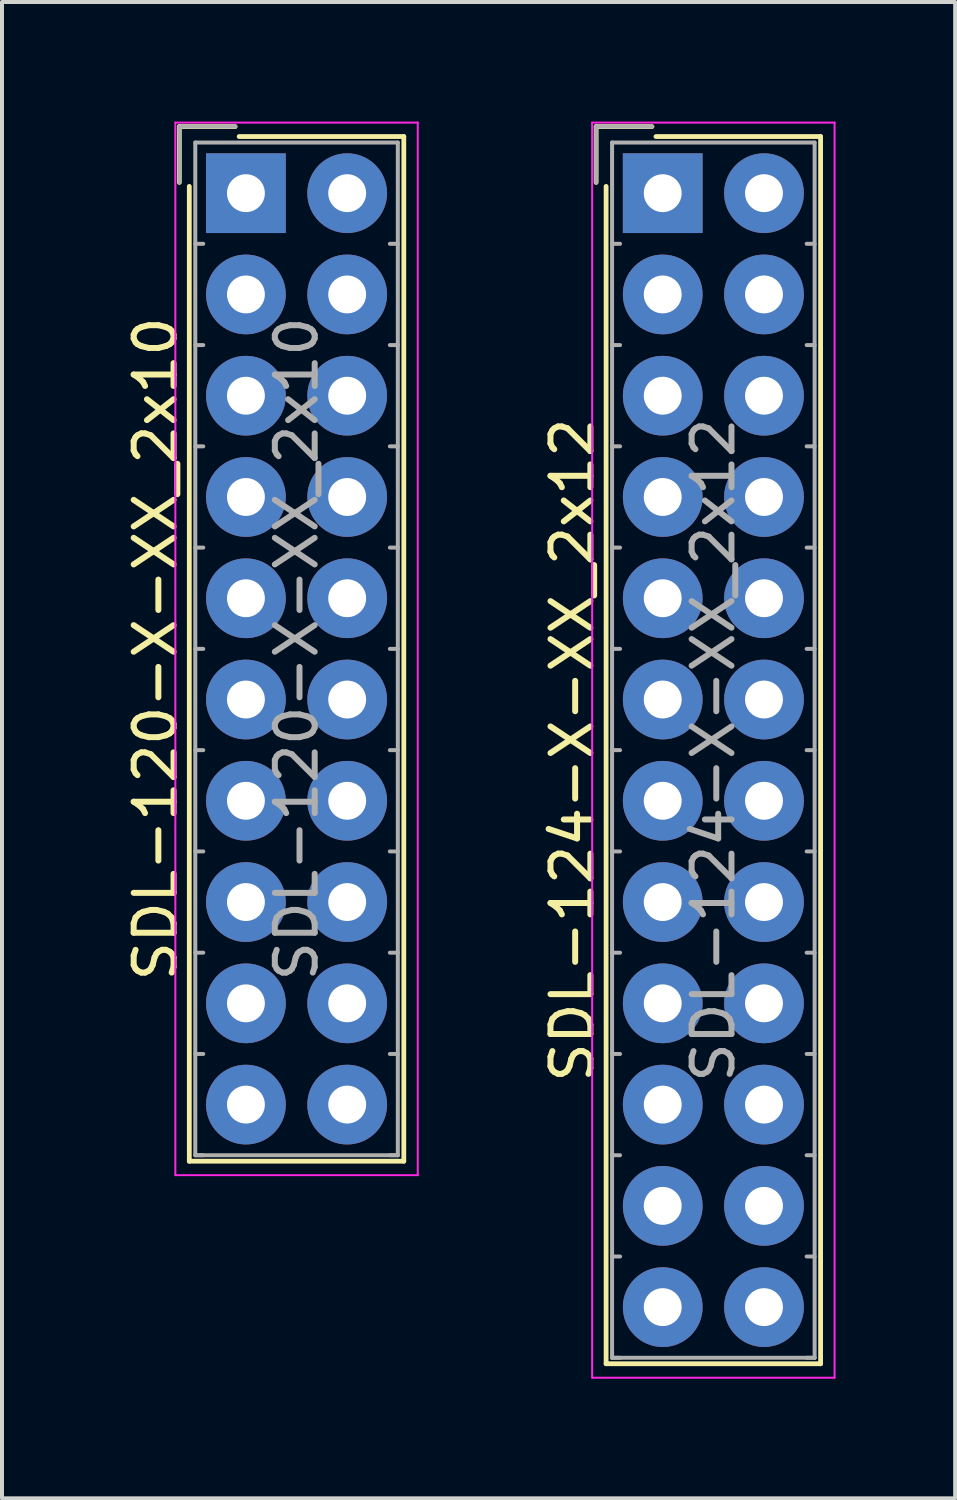
<source format=kicad_pcb>
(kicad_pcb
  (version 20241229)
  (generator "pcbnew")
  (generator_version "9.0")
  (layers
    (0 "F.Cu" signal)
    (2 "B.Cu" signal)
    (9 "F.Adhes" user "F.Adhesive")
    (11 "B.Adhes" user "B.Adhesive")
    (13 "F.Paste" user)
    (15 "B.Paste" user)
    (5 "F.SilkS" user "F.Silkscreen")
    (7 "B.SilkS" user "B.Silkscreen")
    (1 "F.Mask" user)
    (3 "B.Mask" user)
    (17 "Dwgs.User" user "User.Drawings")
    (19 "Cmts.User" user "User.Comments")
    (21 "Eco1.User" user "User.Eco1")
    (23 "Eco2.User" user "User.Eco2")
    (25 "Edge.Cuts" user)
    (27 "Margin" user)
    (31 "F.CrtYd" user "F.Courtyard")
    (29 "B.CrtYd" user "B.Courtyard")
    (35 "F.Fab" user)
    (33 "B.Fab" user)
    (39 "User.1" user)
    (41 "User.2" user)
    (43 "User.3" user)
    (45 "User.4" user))
  (footprint "SDL-120-X-XX_2x10"
    (layer "F.Cu")
    (at 3.118 1.795)
    (property "Reference" "SDL-120-X-XX_2x10" (at -2.27 11.43 90) (layer "F.SilkS") (effects (font (size 1 1) (thickness 0.15))))
    (attr through_hole)
    (fp_line (start -1.67 -1.67) (end -1.67 -0.27) (stroke (width 0.12) (type solid)) (layer "F.SilkS"))
    (fp_line (start -1.42 24.28) (end -1.42 -0.17) (stroke (width 0.12) (type solid)) (layer "F.SilkS"))
    (fp_line (start -0.27 -1.67) (end -1.67 -1.67) (stroke (width 0.12) (type solid)) (layer "F.SilkS"))
    (fp_line (start -0.17 -1.42) (end 3.96 -1.42) (stroke (width 0.12) (type solid)) (layer "F.SilkS"))
    (fp_line (start 3.96 -1.42) (end 3.96 24.28) (stroke (width 0.12) (type solid)) (layer "F.SilkS"))
    (fp_line (start 3.96 24.28) (end -1.42 24.28) (stroke (width 0.12) (type solid)) (layer "F.SilkS"))
    (fp_line (start -1.77 -1.77) (end -1.77 24.63) (stroke (width 0.05) (type solid)) (layer "F.CrtYd"))
    (fp_line (start -1.77 24.63) (end 4.31 24.63) (stroke (width 0.05) (type solid)) (layer "F.CrtYd"))
    (fp_line (start 4.31 -1.77) (end -1.77 -1.77) (stroke (width 0.05) (type solid)) (layer "F.CrtYd"))
    (fp_line (start 4.31 24.63) (end 4.31 -1.77) (stroke (width 0.05) (type solid)) (layer "F.CrtYd"))
    (fp_line (start -1.67 -1.67) (end -1.67 -0.27) (stroke (width 0.1) (type solid)) (layer "F.Fab"))
    (fp_line (start -1.27 -1.27) (end -1.27 24.13) (stroke (width 0.1) (type solid)) (layer "F.Fab"))
    (fp_line (start -1.27 1.27) (end -1.07 1.27) (stroke (width 0.1) (type solid)) (layer "F.Fab"))
    (fp_line (start -1.27 3.81) (end -1.07 3.81) (stroke (width 0.1) (type solid)) (layer "F.Fab"))
    (fp_line (start -1.27 6.35) (end -1.07 6.35) (stroke (width 0.1) (type solid)) (layer "F.Fab"))
    (fp_line (start -1.27 8.89) (end -1.07 8.89) (stroke (width 0.1) (type solid)) (layer "F.Fab"))
    (fp_line (start -1.27 11.43) (end -1.07 11.43) (stroke (width 0.1) (type solid)) (layer "F.Fab"))
    (fp_line (start -1.27 13.97) (end -1.07 13.97) (stroke (width 0.1) (type solid)) (layer "F.Fab"))
    (fp_line (start -1.27 16.51) (end -1.07 16.51) (stroke (width 0.1) (type solid)) (layer "F.Fab"))
    (fp_line (start -1.27 19.05) (end -1.07 19.05) (stroke (width 0.1) (type solid)) (layer "F.Fab"))
    (fp_line (start -1.27 21.59) (end -1.07 21.59) (stroke (width 0.1) (type solid)) (layer "F.Fab"))
    (fp_line (start -1.27 24.13) (end -1.07 24.13) (stroke (width 0.1) (type solid)) (layer "F.Fab"))
    (fp_line (start -1.27 24.13) (end 3.81 24.13) (stroke (width 0.1) (type solid)) (layer "F.Fab"))
    (fp_line (start -0.27 -1.67) (end -1.67 -1.67) (stroke (width 0.1) (type solid)) (layer "F.Fab"))
    (fp_line (start 3.81 -1.27) (end -1.27 -1.27) (stroke (width 0.1) (type solid)) (layer "F.Fab"))
    (fp_line (start 3.81 1.27) (end 3.61 1.27) (stroke (width 0.1) (type solid)) (layer "F.Fab"))
    (fp_line (start 3.81 3.81) (end 3.61 3.81) (stroke (width 0.1) (type solid)) (layer "F.Fab"))
    (fp_line (start 3.81 6.35) (end 3.61 6.35) (stroke (width 0.1) (type solid)) (layer "F.Fab"))
    (fp_line (start 3.81 8.89) (end 3.61 8.89) (stroke (width 0.1) (type solid)) (layer "F.Fab"))
    (fp_line (start 3.81 11.43) (end 3.61 11.43) (stroke (width 0.1) (type solid)) (layer "F.Fab"))
    (fp_line (start 3.81 13.97) (end 3.61 13.97) (stroke (width 0.1) (type solid)) (layer "F.Fab"))
    (fp_line (start 3.81 16.51) (end 3.61 16.51) (stroke (width 0.1) (type solid)) (layer "F.Fab"))
    (fp_line (start 3.81 19.05) (end 3.61 19.05) (stroke (width 0.1) (type solid)) (layer "F.Fab"))
    (fp_line (start 3.81 21.59) (end 3.61 21.59) (stroke (width 0.1) (type solid)) (layer "F.Fab"))
    (fp_line (start 3.81 24.13) (end 3.61 24.13) (stroke (width 0.1) (type solid)) (layer "F.Fab"))
    (fp_line (start 3.81 24.13) (end 3.81 -1.27) (stroke (width 0.1) (type solid)) (layer "F.Fab"))
    (fp_text user "${REFERENCE}" (at 1.27 11.43 90) (layer "F.Fab") (effects (font (size 1 1) (thickness 0.15))))
    (pad "1" thru_hole rect (at 0 0) (size 2 2) (drill 0.95) (layers "*.Cu" "*.Mask"))
    (pad "2" thru_hole circle (at 2.54 0) (size 2 2) (drill 0.95) (layers "*.Cu" "*.Mask"))
    (pad "3" thru_hole circle (at 0 2.54) (size 2 2) (drill 0.95) (layers "*.Cu" "*.Mask"))
    (pad "4" thru_hole circle (at 2.54 2.54) (size 2 2) (drill 0.95) (layers "*.Cu" "*.Mask"))
    (pad "5" thru_hole circle (at 0 5.08) (size 2 2) (drill 0.95) (layers "*.Cu" "*.Mask"))
    (pad "6" thru_hole circle (at 2.54 5.08) (size 2 2) (drill 0.95) (layers "*.Cu" "*.Mask"))
    (pad "7" thru_hole circle (at 0 7.62) (size 2 2) (drill 0.95) (layers "*.Cu" "*.Mask"))
    (pad "8" thru_hole circle (at 2.54 7.62) (size 2 2) (drill 0.95) (layers "*.Cu" "*.Mask"))
    (pad "9" thru_hole circle (at 0 10.16) (size 2 2) (drill 0.95) (layers "*.Cu" "*.Mask"))
    (pad "10" thru_hole circle (at 2.54 10.16) (size 2 2) (drill 0.95) (layers "*.Cu" "*.Mask"))
    (pad "11" thru_hole circle (at 0 12.7) (size 2 2) (drill 0.95) (layers "*.Cu" "*.Mask"))
    (pad "12" thru_hole circle (at 2.54 12.7) (size 2 2) (drill 0.95) (layers "*.Cu" "*.Mask"))
    (pad "13" thru_hole circle (at 0 15.24) (size 2 2) (drill 0.95) (layers "*.Cu" "*.Mask"))
    (pad "14" thru_hole circle (at 2.54 15.24) (size 2 2) (drill 0.95) (layers "*.Cu" "*.Mask"))
    (pad "15" thru_hole circle (at 0 17.78) (size 2 2) (drill 0.95) (layers "*.Cu" "*.Mask"))
    (pad "16" thru_hole circle (at 2.54 17.78) (size 2 2) (drill 0.95) (layers "*.Cu" "*.Mask"))
    (pad "17" thru_hole circle (at 0 20.32) (size 2 2) (drill 0.95) (layers "*.Cu" "*.Mask"))
    (pad "18" thru_hole circle (at 2.54 20.32) (size 2 2) (drill 0.95) (layers "*.Cu" "*.Mask"))
    (pad "19" thru_hole circle (at 0 22.86) (size 2 2) (drill 0.95) (layers "*.Cu" "*.Mask"))
    (pad "20" thru_hole circle (at 2.54 22.86) (size 2 2) (drill 0.95) (layers "*.Cu" "*.Mask")))
  (footprint "SDL-124-X-XX_2x12"
    (layer "F.Cu")
    (at 13.572 1.795)
    (property "Reference" "SDL-124-X-XX_2x12" (at -2.27 13.97 90) (layer "F.SilkS") (effects (font (size 1 1) (thickness 0.15))))
    (attr through_hole)
    (fp_line (start -1.67 -1.67) (end -1.67 -0.27) (stroke (width 0.12) (type solid)) (layer "F.SilkS"))
    (fp_line (start -1.42 29.36) (end -1.42 -0.17) (stroke (width 0.12) (type solid)) (layer "F.SilkS"))
    (fp_line (start -0.27 -1.67) (end -1.67 -1.67) (stroke (width 0.12) (type solid)) (layer "F.SilkS"))
    (fp_line (start -0.17 -1.42) (end 3.96 -1.42) (stroke (width 0.12) (type solid)) (layer "F.SilkS"))
    (fp_line (start 3.96 -1.42) (end 3.96 29.36) (stroke (width 0.12) (type solid)) (layer "F.SilkS"))
    (fp_line (start 3.96 29.36) (end -1.42 29.36) (stroke (width 0.12) (type solid)) (layer "F.SilkS"))
    (fp_line (start -1.77 -1.77) (end -1.77 29.71) (stroke (width 0.05) (type solid)) (layer "F.CrtYd"))
    (fp_line (start -1.77 29.71) (end 4.31 29.71) (stroke (width 0.05) (type solid)) (layer "F.CrtYd"))
    (fp_line (start 4.31 -1.77) (end -1.77 -1.77) (stroke (width 0.05) (type solid)) (layer "F.CrtYd"))
    (fp_line (start 4.31 29.71) (end 4.31 -1.77) (stroke (width 0.05) (type solid)) (layer "F.CrtYd"))
    (fp_line (start -1.67 -1.67) (end -1.67 -0.27) (stroke (width 0.1) (type solid)) (layer "F.Fab"))
    (fp_line (start -1.27 -1.27) (end -1.27 29.21) (stroke (width 0.1) (type solid)) (layer "F.Fab"))
    (fp_line (start -1.27 1.27) (end -1.07 1.27) (stroke (width 0.1) (type solid)) (layer "F.Fab"))
    (fp_line (start -1.27 3.81) (end -1.07 3.81) (stroke (width 0.1) (type solid)) (layer "F.Fab"))
    (fp_line (start -1.27 6.35) (end -1.07 6.35) (stroke (width 0.1) (type solid)) (layer "F.Fab"))
    (fp_line (start -1.27 8.89) (end -1.07 8.89) (stroke (width 0.1) (type solid)) (layer "F.Fab"))
    (fp_line (start -1.27 11.43) (end -1.07 11.43) (stroke (width 0.1) (type solid)) (layer "F.Fab"))
    (fp_line (start -1.27 13.97) (end -1.07 13.97) (stroke (width 0.1) (type solid)) (layer "F.Fab"))
    (fp_line (start -1.27 16.51) (end -1.07 16.51) (stroke (width 0.1) (type solid)) (layer "F.Fab"))
    (fp_line (start -1.27 19.05) (end -1.07 19.05) (stroke (width 0.1) (type solid)) (layer "F.Fab"))
    (fp_line (start -1.27 21.59) (end -1.07 21.59) (stroke (width 0.1) (type solid)) (layer "F.Fab"))
    (fp_line (start -1.27 24.13) (end -1.07 24.13) (stroke (width 0.1) (type solid)) (layer "F.Fab"))
    (fp_line (start -1.27 26.67) (end -1.07 26.67) (stroke (width 0.1) (type solid)) (layer "F.Fab"))
    (fp_line (start -1.27 29.21) (end -1.07 29.21) (stroke (width 0.1) (type solid)) (layer "F.Fab"))
    (fp_line (start -1.27 29.21) (end 3.81 29.21) (stroke (width 0.1) (type solid)) (layer "F.Fab"))
    (fp_line (start -0.27 -1.67) (end -1.67 -1.67) (stroke (width 0.1) (type solid)) (layer "F.Fab"))
    (fp_line (start 3.81 -1.27) (end -1.27 -1.27) (stroke (width 0.1) (type solid)) (layer "F.Fab"))
    (fp_line (start 3.81 1.27) (end 3.61 1.27) (stroke (width 0.1) (type solid)) (layer "F.Fab"))
    (fp_line (start 3.81 3.81) (end 3.61 3.81) (stroke (width 0.1) (type solid)) (layer "F.Fab"))
    (fp_line (start 3.81 6.35) (end 3.61 6.35) (stroke (width 0.1) (type solid)) (layer "F.Fab"))
    (fp_line (start 3.81 8.89) (end 3.61 8.89) (stroke (width 0.1) (type solid)) (layer "F.Fab"))
    (fp_line (start 3.81 11.43) (end 3.61 11.43) (stroke (width 0.1) (type solid)) (layer "F.Fab"))
    (fp_line (start 3.81 13.97) (end 3.61 13.97) (stroke (width 0.1) (type solid)) (layer "F.Fab"))
    (fp_line (start 3.81 16.51) (end 3.61 16.51) (stroke (width 0.1) (type solid)) (layer "F.Fab"))
    (fp_line (start 3.81 19.05) (end 3.61 19.05) (stroke (width 0.1) (type solid)) (layer "F.Fab"))
    (fp_line (start 3.81 21.59) (end 3.61 21.59) (stroke (width 0.1) (type solid)) (layer "F.Fab"))
    (fp_line (start 3.81 24.13) (end 3.61 24.13) (stroke (width 0.1) (type solid)) (layer "F.Fab"))
    (fp_line (start 3.81 26.67) (end 3.61 26.67) (stroke (width 0.1) (type solid)) (layer "F.Fab"))
    (fp_line (start 3.81 29.21) (end 3.61 29.21) (stroke (width 0.1) (type solid)) (layer "F.Fab"))
    (fp_line (start 3.81 29.21) (end 3.81 -1.27) (stroke (width 0.1) (type solid)) (layer "F.Fab"))
    (fp_text user "${REFERENCE}" (at 1.27 13.97 90) (layer "F.Fab") (effects (font (size 1 1) (thickness 0.15))))
    (pad "1" thru_hole rect (at 0 0) (size 2 2) (drill 0.95) (layers "*.Cu" "*.Mask"))
    (pad "2" thru_hole circle (at 2.54 0) (size 2 2) (drill 0.95) (layers "*.Cu" "*.Mask"))
    (pad "3" thru_hole circle (at 0 2.54) (size 2 2) (drill 0.95) (layers "*.Cu" "*.Mask"))
    (pad "4" thru_hole circle (at 2.54 2.54) (size 2 2) (drill 0.95) (layers "*.Cu" "*.Mask"))
    (pad "5" thru_hole circle (at 0 5.08) (size 2 2) (drill 0.95) (layers "*.Cu" "*.Mask"))
    (pad "6" thru_hole circle (at 2.54 5.08) (size 2 2) (drill 0.95) (layers "*.Cu" "*.Mask"))
    (pad "7" thru_hole circle (at 0 7.62) (size 2 2) (drill 0.95) (layers "*.Cu" "*.Mask"))
    (pad "8" thru_hole circle (at 2.54 7.62) (size 2 2) (drill 0.95) (layers "*.Cu" "*.Mask"))
    (pad "9" thru_hole circle (at 0 10.16) (size 2 2) (drill 0.95) (layers "*.Cu" "*.Mask"))
    (pad "10" thru_hole circle (at 2.54 10.16) (size 2 2) (drill 0.95) (layers "*.Cu" "*.Mask"))
    (pad "11" thru_hole circle (at 0 12.7) (size 2 2) (drill 0.95) (layers "*.Cu" "*.Mask"))
    (pad "12" thru_hole circle (at 2.54 12.7) (size 2 2) (drill 0.95) (layers "*.Cu" "*.Mask"))
    (pad "13" thru_hole circle (at 0 15.24) (size 2 2) (drill 0.95) (layers "*.Cu" "*.Mask"))
    (pad "14" thru_hole circle (at 2.54 15.24) (size 2 2) (drill 0.95) (layers "*.Cu" "*.Mask"))
    (pad "15" thru_hole circle (at 0 17.78) (size 2 2) (drill 0.95) (layers "*.Cu" "*.Mask"))
    (pad "16" thru_hole circle (at 2.54 17.78) (size 2 2) (drill 0.95) (layers "*.Cu" "*.Mask"))
    (pad "17" thru_hole circle (at 0 20.32) (size 2 2) (drill 0.95) (layers "*.Cu" "*.Mask"))
    (pad "18" thru_hole circle (at 2.54 20.32) (size 2 2) (drill 0.95) (layers "*.Cu" "*.Mask"))
    (pad "19" thru_hole circle (at 0 22.86) (size 2 2) (drill 0.95) (layers "*.Cu" "*.Mask"))
    (pad "20" thru_hole circle (at 2.54 22.86) (size 2 2) (drill 0.95) (layers "*.Cu" "*.Mask"))
    (pad "21" thru_hole circle (at 0 25.4) (size 2 2) (drill 0.95) (layers "*.Cu" "*.Mask"))
    (pad "22" thru_hole circle (at 2.54 25.4) (size 2 2) (drill 0.95) (layers "*.Cu" "*.Mask"))
    (pad "23" thru_hole circle (at 0 27.94) (size 2 2) (drill 0.95) (layers "*.Cu" "*.Mask"))
    (pad "24" thru_hole circle (at 2.54 27.94) (size 2 2) (drill 0.95) (layers "*.Cu" "*.Mask")))
  (gr_rect
    (start -3 -3)
    (end 20.907 34.53)
    (stroke (width 0.1) (type default))
    (fill no)
    (layer "Edge.Cuts")))
</source>
